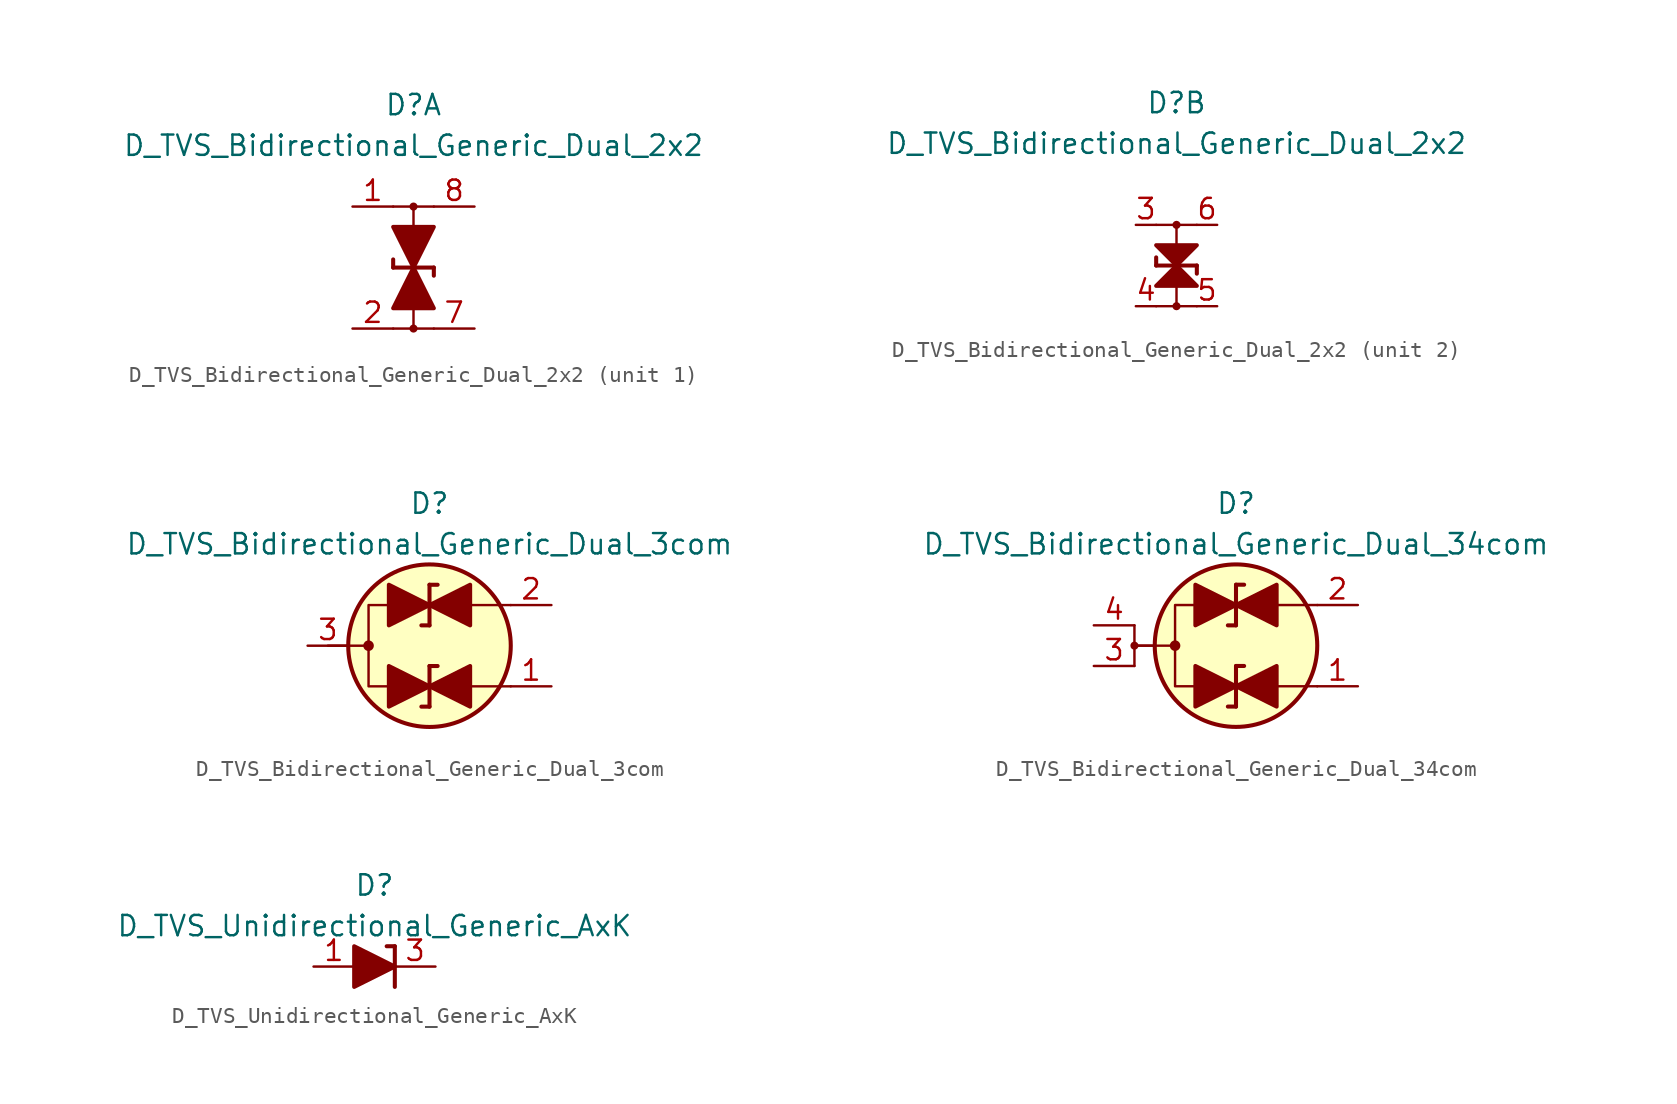
<source format=kicad_sym>
(kicad_symbol_lib
  (version 20211014)
  (generator kicad_symbol_editor)
  (symbol "D_TVS_Bidirectional_Generic_Dual_2x2"
    (pin_names
      (offset 1.016) hide)
    (property "Reference" "D"
      (at 0 10.16 0)
      (effects (font (size 1.27 1.27))))
    (property "Value" "D_TVS_Bidirectional_Generic_Dual_2x2"
      (at 0 7.62 0)
      (effects (font (size 1.27 1.27))))
    (property "ki_locked" ""
      (at 0 0 0)
      (effects (font (size 1.27 1.27))))
    (symbol "D_TVS_Bidirectional_Generic_Dual_2x2_1_1"
      (circle (center 0 -3.81) (radius 0.178) (stroke (width 0) (type default) (color 0 0 0 0)) (fill (type outline)))
      (polyline (pts (xy -1.27 -3.81) (xy 1.27 -3.81)) (stroke (width 0) (type default) (color 0 0 0 0)) (fill (type none)))
      (polyline (pts (xy -1.27 0) (xy -1.27 0.508)) (stroke (width 0.254) (type default) (color 0 0 0 0)) (fill (type none)))
      (polyline (pts (xy -1.27 0) (xy 1.27 0)) (stroke (width 0.254) (type default) (color 0 0 0 0)) (fill (type none)))
      (polyline (pts (xy 0 -2.54) (xy 0 -3.81)) (stroke (width 0) (type default) (color 0 0 0 0)) (fill (type none)))
      (polyline (pts (xy 0 1.27) (xy 0 -1.27)) (stroke (width 0) (type default) (color 0 0 0 0)) (fill (type none)))
      (polyline (pts (xy 0 2.54) (xy 0 3.81)) (stroke (width 0) (type default) (color 0 0 0 0)) (fill (type none)))
      (polyline (pts (xy 1.27 0) (xy 1.27 -0.508)) (stroke (width 0.254) (type default) (color 0 0 0 0)) (fill (type none)))
      (polyline (pts (xy 1.27 3.81) (xy -1.27 3.81)) (stroke (width 0) (type default) (color 0 0 0 0)) (fill (type none)))
      (polyline (pts (xy -1.27 2.54) (xy 1.27 2.54) (xy 0 0) (xy -1.27 2.54)) (stroke (width 0.254) (type default) (color 0 0 0 0)) (fill (type outline)))
      (polyline (pts (xy 0 0) (xy -1.27 -2.54) (xy 1.27 -2.54) (xy 0 0)) (stroke (width 0.254) (type default) (color 0 0 0 0)) (fill (type outline)))
      (circle (center 0 3.81) (radius 0.178) (stroke (width 0) (type default) (color 0 0 0 0)) (fill (type outline)))
      (pin passive line (at -3.81 3.81 0) (length 2.54) (name "In1" (effects (font (size 1.27 1.27)))) (number "1" (effects (font (size 1.27 1.27)))))
      (pin passive line (at -3.81 -3.81 0) (length 2.54) (name "In2" (effects (font (size 1.27 1.27)))) (number "2" (effects (font (size 1.27 1.27)))))
      (pin passive line (at 3.81 -3.81 180) (length 2.54) (name "Out2" (effects (font (size 1.27 1.27)))) (number "7" (effects (font (size 1.27 1.27)))))
      (pin passive line (at 3.81 3.81 180) (length 2.54) (name "Out1" (effects (font (size 1.27 1.27)))) (number "8" (effects (font (size 1.27 1.27))))))
    (symbol "D_TVS_Bidirectional_Generic_Dual_2x2_2_1"
      (circle (center 0 -2.54) (radius 0.178) (stroke (width 0) (type default) (color 0 0 0 0)) (fill (type outline)))
      (polyline (pts (xy -1.27 -2.54) (xy 1.27 -2.54)) (stroke (width 0) (type default) (color 0 0 0 0)) (fill (type none)))
      (polyline (pts (xy -1.27 0) (xy -1.27 0.508)) (stroke (width 0.254) (type default) (color 0 0 0 0)) (fill (type none)))
      (polyline (pts (xy -1.27 0) (xy 1.27 0)) (stroke (width 0.254) (type default) (color 0 0 0 0)) (fill (type none)))
      (polyline (pts (xy 0 -1.27) (xy 0 -2.54)) (stroke (width 0) (type default) (color 0 0 0 0)) (fill (type none)))
      (polyline (pts (xy 0 1.27) (xy 0 -1.27)) (stroke (width 0) (type default) (color 0 0 0 0)) (fill (type none)))
      (polyline (pts (xy 0 1.27) (xy 0 2.54)) (stroke (width 0) (type default) (color 0 0 0 0)) (fill (type none)))
      (polyline (pts (xy 1.27 0) (xy 1.27 -0.508)) (stroke (width 0.254) (type default) (color 0 0 0 0)) (fill (type none)))
      (polyline (pts (xy 1.27 2.54) (xy -1.27 2.54)) (stroke (width 0) (type default) (color 0 0 0 0)) (fill (type none)))
      (polyline (pts (xy -1.27 1.27) (xy 1.27 1.27) (xy 0 0) (xy -1.27 1.27)) (stroke (width 0.254) (type default) (color 0 0 0 0)) (fill (type outline)))
      (polyline (pts (xy 0 0) (xy -1.27 -1.27) (xy 1.27 -1.27) (xy 0 0)) (stroke (width 0.254) (type default) (color 0 0 0 0)) (fill (type outline)))
      (circle (center 0 2.54) (radius 0.178) (stroke (width 0) (type default) (color 0 0 0 0)) (fill (type outline)))
      (pin passive line (at -2.54 2.54 0) (length 1.27) (name "In3" (effects (font (size 1.27 1.27)))) (number "3" (effects (font (size 1.27 1.27)))))
      (pin passive line (at -2.54 -2.54 0) (length 1.27) (name "In4" (effects (font (size 1.27 1.27)))) (number "4" (effects (font (size 1.27 1.27)))))
      (pin passive line (at 2.54 -2.54 180) (length 1.27) (name "Out4" (effects (font (size 1.27 1.27)))) (number "5" (effects (font (size 1.27 1.27)))))
      (pin passive line (at 2.54 2.54 180) (length 1.27) (name "Out3" (effects (font (size 1.27 1.27)))) (number "6" (effects (font (size 1.27 1.27)))))))
  (symbol "D_TVS_Bidirectional_Generic_Dual_3com"
    (pin_names
      (offset 1.016) hide)
    (property "Reference" "D"
      (at 0 8.89 0)
      (effects (font (size 1.27 1.27))))
    (property "Value" "D_TVS_Bidirectional_Generic_Dual_3com"
      (at 0 6.35 0)
      (effects (font (size 1.27 1.27))))
    (symbol "D_TVS_Bidirectional_Generic_Dual_3com_0_1"
      (circle (center -3.81 0) (radius 0.254) (stroke (width 0) (type default) (color 0 0 0 0)) (fill (type outline)))
      (polyline (pts (xy -6.35 0) (xy -3.81 0)) (stroke (width 0) (type default) (color 0 0 0 0)) (fill (type none)))
      (polyline (pts (xy 2.54 -2.54) (xy 5.08 -2.54)) (stroke (width 0) (type default) (color 0 0 0 0)) (fill (type none)))
      (polyline (pts (xy 2.54 2.54) (xy 5.08 2.54)) (stroke (width 0) (type default) (color 0 0 0 0)) (fill (type none)))
      (polyline (pts (xy -2.54 2.54) (xy -3.81 2.54) (xy -3.81 -2.54) (xy -2.54 -2.54)) (stroke (width 0) (type default) (color 0 0 0 0)) (fill (type none)))
      (circle (center 0 0) (radius 5.08) (stroke (width 0.254) (type default) (color 0 0 0 0)) (fill (type background))))
    (symbol "D_TVS_Bidirectional_Generic_Dual_3com_1_1"
      (polyline (pts (xy -1.27 -2.54) (xy 1.27 -2.54)) (stroke (width 0) (type default) (color 0 0 0 0)) (fill (type none)))
      (polyline (pts (xy -1.27 2.54) (xy 1.27 2.54)) (stroke (width 0) (type default) (color 0 0 0 0)) (fill (type none)))
      (polyline (pts (xy 0 -3.81) (xy -0.508 -3.81)) (stroke (width 0.254) (type default) (color 0 0 0 0)) (fill (type none)))
      (polyline (pts (xy 0 -3.81) (xy 0 -1.27)) (stroke (width 0.254) (type default) (color 0 0 0 0)) (fill (type none)))
      (polyline (pts (xy 0 -1.27) (xy 0.508 -1.27)) (stroke (width 0.254) (type default) (color 0 0 0 0)) (fill (type none)))
      (polyline (pts (xy 0 1.27) (xy -0.508 1.27)) (stroke (width 0.254) (type default) (color 0 0 0 0)) (fill (type none)))
      (polyline (pts (xy 0 1.27) (xy 0 3.81)) (stroke (width 0.254) (type default) (color 0 0 0 0)) (fill (type none)))
      (polyline (pts (xy 0 3.81) (xy 0.508 3.81)) (stroke (width 0.254) (type default) (color 0 0 0 0)) (fill (type none)))
      (polyline (pts (xy -2.54 -3.81) (xy -2.54 -1.27) (xy 0 -2.54) (xy -2.54 -3.81)) (stroke (width 0.254) (type default) (color 0 0 0 0)) (fill (type outline)))
      (polyline (pts (xy -2.54 1.27) (xy -2.54 3.81) (xy 0 2.54) (xy -2.54 1.27)) (stroke (width 0.254) (type default) (color 0 0 0 0)) (fill (type outline)))
      (polyline (pts (xy 0 -2.54) (xy 2.54 -3.81) (xy 2.54 -1.27) (xy 0 -2.54)) (stroke (width 0.254) (type default) (color 0 0 0 0)) (fill (type outline)))
      (polyline (pts (xy 0 2.54) (xy 2.54 1.27) (xy 2.54 3.81) (xy 0 2.54)) (stroke (width 0.254) (type default) (color 0 0 0 0)) (fill (type outline)))
      (pin passive line (at 7.62 -2.54 180) (length 2.54) (name "A1" (effects (font (size 1.27 1.27)))) (number "1" (effects (font (size 1.27 1.27)))))
      (pin passive line (at 7.62 2.54 180) (length 2.54) (name "A2" (effects (font (size 1.27 1.27)))) (number "2" (effects (font (size 1.27 1.27)))))
      (pin passive line (at -7.62 0 0) (length 2.54) (name "Com" (effects (font (size 1.27 1.27)))) (number "3" (effects (font (size 1.27 1.27)))))))
  (symbol "D_TVS_Bidirectional_Generic_Dual_34com"
    (pin_names
      (offset 1.016) hide)
    (property "Reference" "D"
      (at 0 8.89 0)
      (effects (font (size 1.27 1.27))))
    (property "Value" "D_TVS_Bidirectional_Generic_Dual_34com"
      (at 0 6.35 0)
      (effects (font (size 1.27 1.27))))
    (symbol "D_TVS_Bidirectional_Generic_Dual_34com_0_1"
      (circle (center -3.81 0) (radius 0.254) (stroke (width 0) (type default) (color 0 0 0 0)) (fill (type outline)))
      (polyline (pts (xy -6.35 0) (xy -3.81 0)) (stroke (width 0) (type default) (color 0 0 0 0)) (fill (type none)))
      (polyline (pts (xy -6.35 1.27) (xy -6.35 -1.27)) (stroke (width 0) (type default) (color 0 0 0 0)) (fill (type none)))
      (polyline (pts (xy -5.08 0) (xy -6.35 0)) (stroke (width 0) (type default) (color 0 0 0 0)) (fill (type none)))
      (polyline (pts (xy 2.54 -2.54) (xy 5.08 -2.54)) (stroke (width 0) (type default) (color 0 0 0 0)) (fill (type none)))
      (polyline (pts (xy 2.54 2.54) (xy 5.08 2.54)) (stroke (width 0) (type default) (color 0 0 0 0)) (fill (type none)))
      (polyline (pts (xy -2.54 2.54) (xy -3.81 2.54) (xy -3.81 -2.54) (xy -2.54 -2.54)) (stroke (width 0) (type default) (color 0 0 0 0)) (fill (type none)))
      (circle (center 0 0) (radius 5.08) (stroke (width 0.254) (type default) (color 0 0 0 0)) (fill (type background))))
    (symbol "D_TVS_Bidirectional_Generic_Dual_34com_1_1"
      (circle (center -6.35 0) (radius 0.178) (stroke (width 0) (type default) (color 0 0 0 0)) (fill (type outline)))
      (polyline (pts (xy -1.27 -2.54) (xy 1.27 -2.54)) (stroke (width 0) (type default) (color 0 0 0 0)) (fill (type none)))
      (polyline (pts (xy -1.27 2.54) (xy 1.27 2.54)) (stroke (width 0) (type default) (color 0 0 0 0)) (fill (type none)))
      (polyline (pts (xy 0 -3.81) (xy -0.508 -3.81)) (stroke (width 0.254) (type default) (color 0 0 0 0)) (fill (type none)))
      (polyline (pts (xy 0 -3.81) (xy 0 -1.27)) (stroke (width 0.254) (type default) (color 0 0 0 0)) (fill (type none)))
      (polyline (pts (xy 0 -1.27) (xy 0.508 -1.27)) (stroke (width 0.254) (type default) (color 0 0 0 0)) (fill (type none)))
      (polyline (pts (xy 0 1.27) (xy -0.508 1.27)) (stroke (width 0.254) (type default) (color 0 0 0 0)) (fill (type none)))
      (polyline (pts (xy 0 1.27) (xy 0 3.81)) (stroke (width 0.254) (type default) (color 0 0 0 0)) (fill (type none)))
      (polyline (pts (xy 0 3.81) (xy 0.508 3.81)) (stroke (width 0.254) (type default) (color 0 0 0 0)) (fill (type none)))
      (polyline (pts (xy -2.54 -3.81) (xy -2.54 -1.27) (xy 0 -2.54) (xy -2.54 -3.81)) (stroke (width 0.254) (type default) (color 0 0 0 0)) (fill (type outline)))
      (polyline (pts (xy -2.54 1.27) (xy -2.54 3.81) (xy 0 2.54) (xy -2.54 1.27)) (stroke (width 0.254) (type default) (color 0 0 0 0)) (fill (type outline)))
      (polyline (pts (xy 0 -2.54) (xy 2.54 -3.81) (xy 2.54 -1.27) (xy 0 -2.54)) (stroke (width 0.254) (type default) (color 0 0 0 0)) (fill (type outline)))
      (polyline (pts (xy 0 2.54) (xy 2.54 1.27) (xy 2.54 3.81) (xy 0 2.54)) (stroke (width 0.254) (type default) (color 0 0 0 0)) (fill (type outline)))
      (pin passive line (at 7.62 -2.54 180) (length 2.54) (name "A1" (effects (font (size 1.27 1.27)))) (number "1" (effects (font (size 1.27 1.27)))))
      (pin passive line (at 7.62 2.54 180) (length 2.54) (name "A2" (effects (font (size 1.27 1.27)))) (number "2" (effects (font (size 1.27 1.27)))))
      (pin passive line (at -8.89 -1.27 0) (length 2.54) (name "Com" (effects (font (size 1.27 1.27)))) (number "3" (effects (font (size 1.27 1.27)))))
      (pin passive line (at -8.89 1.27 0) (length 2.54) (name "Com" (effects (font (size 1.27 1.27)))) (number "4" (effects (font (size 1.27 1.27)))))))
  (symbol "D_TVS_Unidirectional_Generic_AxK"
    (pin_names
      (offset 1.016) hide)
    (property "Reference" "D"
      (at 0 5.08 0)
      (effects (font (size 1.27 1.27))))
    (property "Value" "D_TVS_Unidirectional_Generic_AxK"
      (at 0 2.54 0)
      (effects (font (size 1.27 1.27))))
    (symbol "D_TVS_Unidirectional_Generic_AxK_0_1"
      (polyline (pts (xy -1.27 0) (xy 1.27 0)) (stroke (width 0) (type default) (color 0 0 0 0)) (fill (type none)))
      (polyline (pts (xy 1.27 -1.27) (xy 1.27 1.27)) (stroke (width 0.254) (type default) (color 0 0 0 0)) (fill (type none)))
      (polyline (pts (xy 1.27 1.27) (xy 0.762 1.27)) (stroke (width 0.254) (type default) (color 0 0 0 0)) (fill (type none)))
      (polyline (pts (xy -1.27 1.27) (xy -1.27 -1.27) (xy 1.27 0) (xy -1.27 1.27)) (stroke (width 0.254) (type default) (color 0 0 0 0)) (fill (type outline))))
    (symbol "D_TVS_Unidirectional_Generic_AxK_1_1"
      (pin passive line (at -3.81 0 0) (length 2.54) (name "A" (effects (font (size 1.27 1.27)))) (number "1" (effects (font (size 1.27 1.27)))))
      (pin no_connect line (at 0 0 0) (length 2.54) hide (name "NC" (effects (font (size 1.27 1.27)))) (number "2" (effects (font (size 1.27 1.27)))))
      (pin passive line (at 3.81 0 180) (length 2.54) (name "K" (effects (font (size 1.27 1.27)))) (number "3" (effects (font (size 1.27 1.27))))))))
</source>
